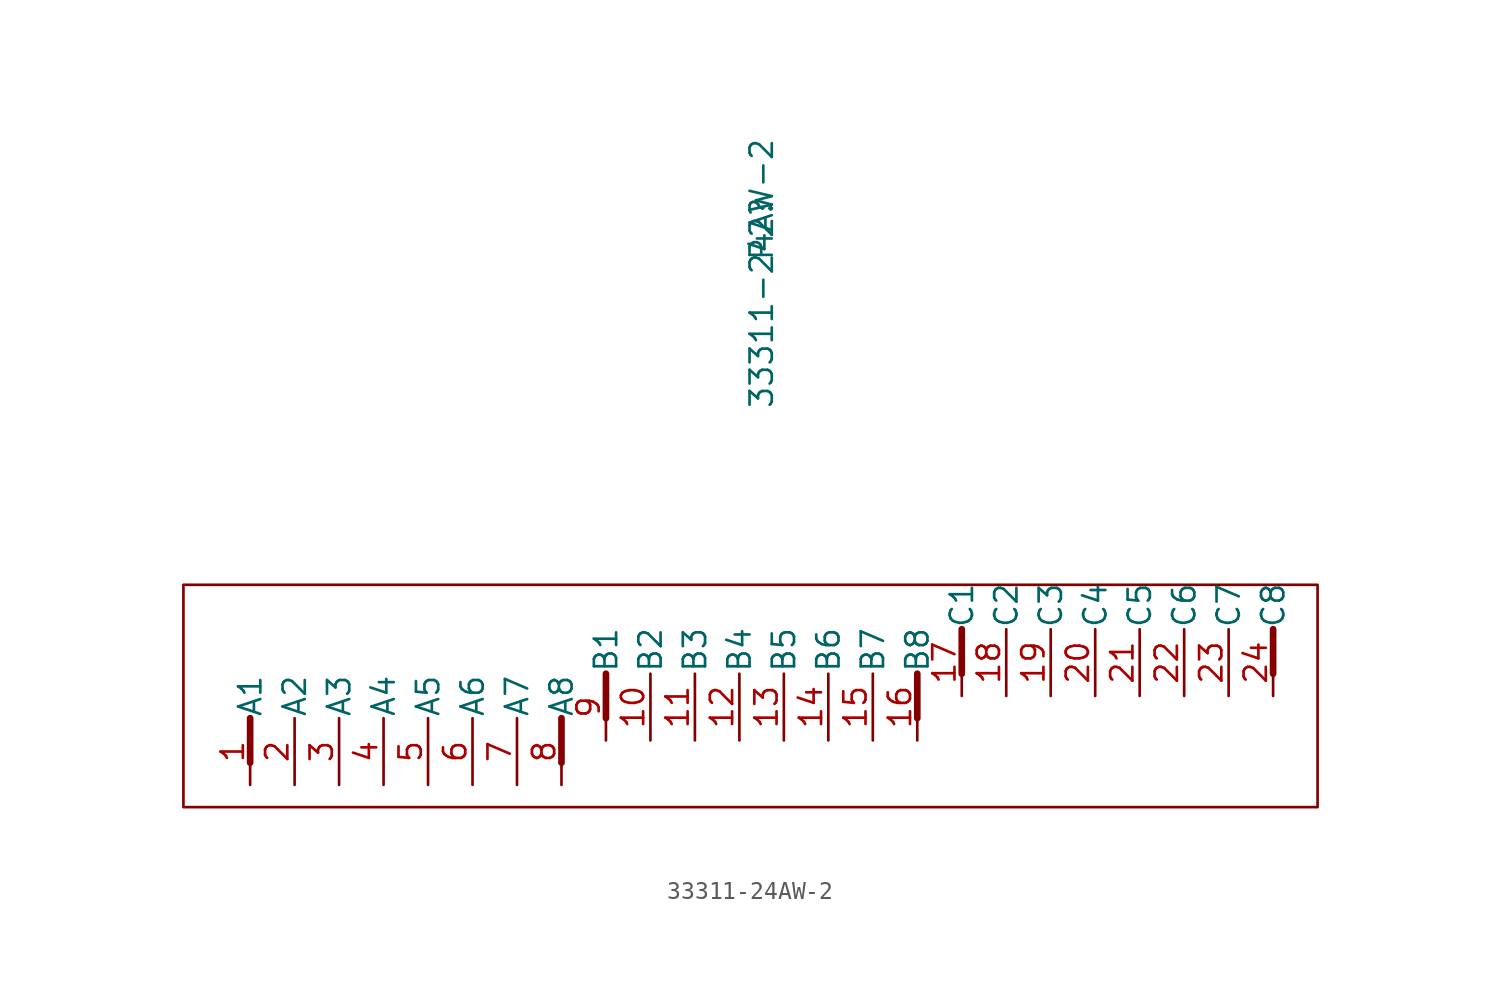
<source format=kicad_sym>
(kicad_symbol_lib
  (version 20220914)
  (generator kicad_symbol_editor)
  (symbol "33311-24AW-2"
    (pin_names
      (offset 0.025))
    (property "Reference" "P2"
      (at 3.81 22.86 90)
      (effects (font (size 1.27 1.27))))
    (property "Value" "33311-24AW-2"
      (at 3.81 20.32 90)
      (effects (font (size 1.27 1.27))))
    (symbol "33311-24AW-2_1_0"
      (rectangle (start -29.21 2.54) (end 35.56 -10.16) (stroke (width 0) (type default)) (fill (type none))))
    (symbol "33311-24AW-2_1_1"
      (polyline (pts (xy -25.4 -7.62) (xy -25.4 -5.08)) (stroke (width 0.381) (type default)) (fill (type none)))
      (polyline (pts (xy -7.62 -7.62) (xy -7.62 -5.08)) (stroke (width 0.381) (type default)) (fill (type none)))
      (polyline (pts (xy -5.08 -5.08) (xy -5.08 -2.54)) (stroke (width 0.381) (type default)) (fill (type none)))
      (polyline (pts (xy 12.7 -5.08) (xy 12.7 -2.54)) (stroke (width 0.381) (type default)) (fill (type none)))
      (polyline (pts (xy 15.24 -2.54) (xy 15.24 0)) (stroke (width 0.381) (type default)) (fill (type none)))
      (polyline (pts (xy 33.02 -2.54) (xy 33.02 0)) (stroke (width 0.381) (type default)) (fill (type none)))
      (pin passive line (at -25.4 -8.89 90) (length 3.81) (name "A1" (effects (font (size 1.27 1.27)))) (number "1" (effects (font (size 1.27 1.27)))))
      (pin passive line (at -2.54 -6.35 90) (length 3.81) (name "B2" (effects (font (size 1.27 1.27)))) (number "10" (effects (font (size 1.27 1.27)))))
      (pin passive line (at 0 -6.35 90) (length 3.81) (name "B3" (effects (font (size 1.27 1.27)))) (number "11" (effects (font (size 1.27 1.27)))))
      (pin passive line (at 2.54 -6.35 90) (length 3.81) (name "B4" (effects (font (size 1.27 1.27)))) (number "12" (effects (font (size 1.27 1.27)))))
      (pin passive line (at 5.08 -6.35 90) (length 3.81) (name "B5" (effects (font (size 1.27 1.27)))) (number "13" (effects (font (size 1.27 1.27)))))
      (pin passive line (at 7.62 -6.35 90) (length 3.81) (name "B6" (effects (font (size 1.27 1.27)))) (number "14" (effects (font (size 1.27 1.27)))))
      (pin passive line (at 10.16 -6.35 90) (length 3.81) (name "B7" (effects (font (size 1.27 1.27)))) (number "15" (effects (font (size 1.27 1.27)))))
      (pin passive line (at 12.7 -6.35 90) (length 3.81) (name "B8" (effects (font (size 1.27 1.27)))) (number "16" (effects (font (size 1.27 1.27)))))
      (pin passive line (at 15.24 -3.81 90) (length 3.81) (name "C1" (effects (font (size 1.27 1.27)))) (number "17" (effects (font (size 1.27 1.27)))))
      (pin passive line (at 17.78 -3.81 90) (length 3.81) (name "C2" (effects (font (size 1.27 1.27)))) (number "18" (effects (font (size 1.27 1.27)))))
      (pin passive line (at 20.32 -3.81 90) (length 3.81) (name "C3" (effects (font (size 1.27 1.27)))) (number "19" (effects (font (size 1.27 1.27)))))
      (pin passive line (at -22.86 -8.89 90) (length 3.81) (name "A2" (effects (font (size 1.27 1.27)))) (number "2" (effects (font (size 1.27 1.27)))))
      (pin passive line (at 22.86 -3.81 90) (length 3.81) (name "C4" (effects (font (size 1.27 1.27)))) (number "20" (effects (font (size 1.27 1.27)))))
      (pin passive line (at 25.4 -3.81 90) (length 3.81) (name "C5" (effects (font (size 1.27 1.27)))) (number "21" (effects (font (size 1.27 1.27)))))
      (pin passive line (at 27.94 -3.81 90) (length 3.81) (name "C6" (effects (font (size 1.27 1.27)))) (number "22" (effects (font (size 1.27 1.27)))))
      (pin passive line (at 30.48 -3.81 90) (length 3.81) (name "C7" (effects (font (size 1.27 1.27)))) (number "23" (effects (font (size 1.27 1.27)))))
      (pin passive line (at 33.02 -3.81 90) (length 3.81) (name "C8" (effects (font (size 1.27 1.27)))) (number "24" (effects (font (size 1.27 1.27)))))
      (pin passive line (at -20.32 -8.89 90) (length 3.81) (name "A3" (effects (font (size 1.27 1.27)))) (number "3" (effects (font (size 1.27 1.27)))))
      (pin passive line (at -17.78 -8.89 90) (length 3.81) (name "A4" (effects (font (size 1.27 1.27)))) (number "4" (effects (font (size 1.27 1.27)))))
      (pin passive line (at -15.24 -8.89 90) (length 3.81) (name "A5" (effects (font (size 1.27 1.27)))) (number "5" (effects (font (size 1.27 1.27)))))
      (pin passive line (at -12.7 -8.89 90) (length 3.81) (name "A6" (effects (font (size 1.27 1.27)))) (number "6" (effects (font (size 1.27 1.27)))))
      (pin passive line (at -10.16 -8.89 90) (length 3.81) (name "A7" (effects (font (size 1.27 1.27)))) (number "7" (effects (font (size 1.27 1.27)))))
      (pin passive line (at -7.62 -8.89 90) (length 3.81) (name "A8" (effects (font (size 1.27 1.27)))) (number "8" (effects (font (size 1.27 1.27)))))
      (pin passive line (at -5.08 -6.35 90) (length 3.81) (name "B1" (effects (font (size 1.27 1.27)))) (number "9" (effects (font (size 1.27 1.27))))))))
</source>
